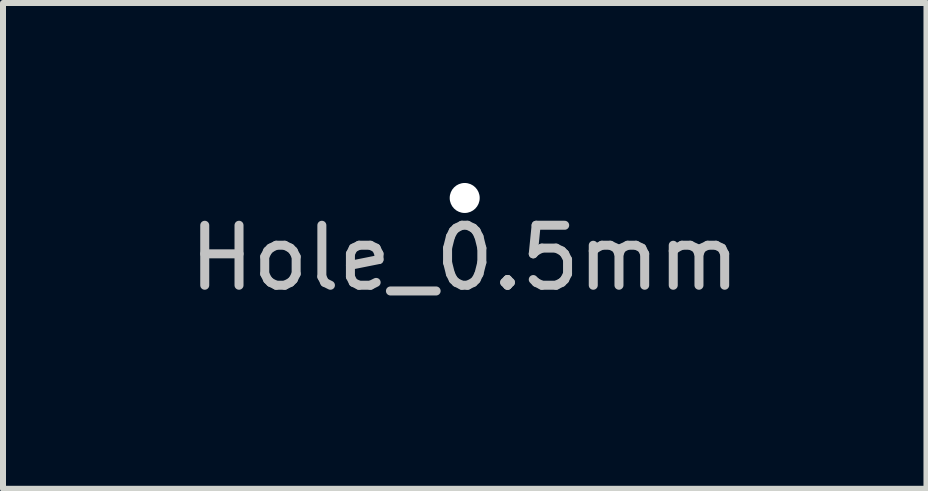
<source format=kicad_pcb>
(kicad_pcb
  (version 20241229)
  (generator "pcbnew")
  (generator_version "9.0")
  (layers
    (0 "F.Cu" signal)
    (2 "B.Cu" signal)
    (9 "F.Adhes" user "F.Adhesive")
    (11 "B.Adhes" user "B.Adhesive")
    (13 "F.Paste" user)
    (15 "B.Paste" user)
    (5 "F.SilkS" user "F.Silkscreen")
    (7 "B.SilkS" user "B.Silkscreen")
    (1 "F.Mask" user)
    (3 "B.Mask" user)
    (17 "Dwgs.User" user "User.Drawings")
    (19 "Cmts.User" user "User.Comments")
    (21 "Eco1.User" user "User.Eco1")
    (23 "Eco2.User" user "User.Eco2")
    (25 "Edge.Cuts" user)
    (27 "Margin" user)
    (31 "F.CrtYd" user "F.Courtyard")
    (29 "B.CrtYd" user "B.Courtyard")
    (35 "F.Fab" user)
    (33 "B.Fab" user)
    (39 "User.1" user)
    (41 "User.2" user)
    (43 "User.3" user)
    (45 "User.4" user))
  (footprint "Hole_0.5mm"
    (layer "F.Cu")
    (at 4.696 0.25)
    (property "Reference" "Hole_0.5mm" (at 0 1 0) (layer "Dwgs.User") (effects (font (size 1 1) (thickness 0.15))))
    (attr through_hole)
    (pad "" np_thru_hole circle (at 0 0) (size 0.5 0.5) (drill 0.5) (layers "*.Cu" "*.Mask")))
  (gr_rect
    (start -3 -3)
    (end 12.393 5.098)
    (stroke (width 0.1) (type default))
    (fill no)
    (layer "Edge.Cuts")))
</source>
